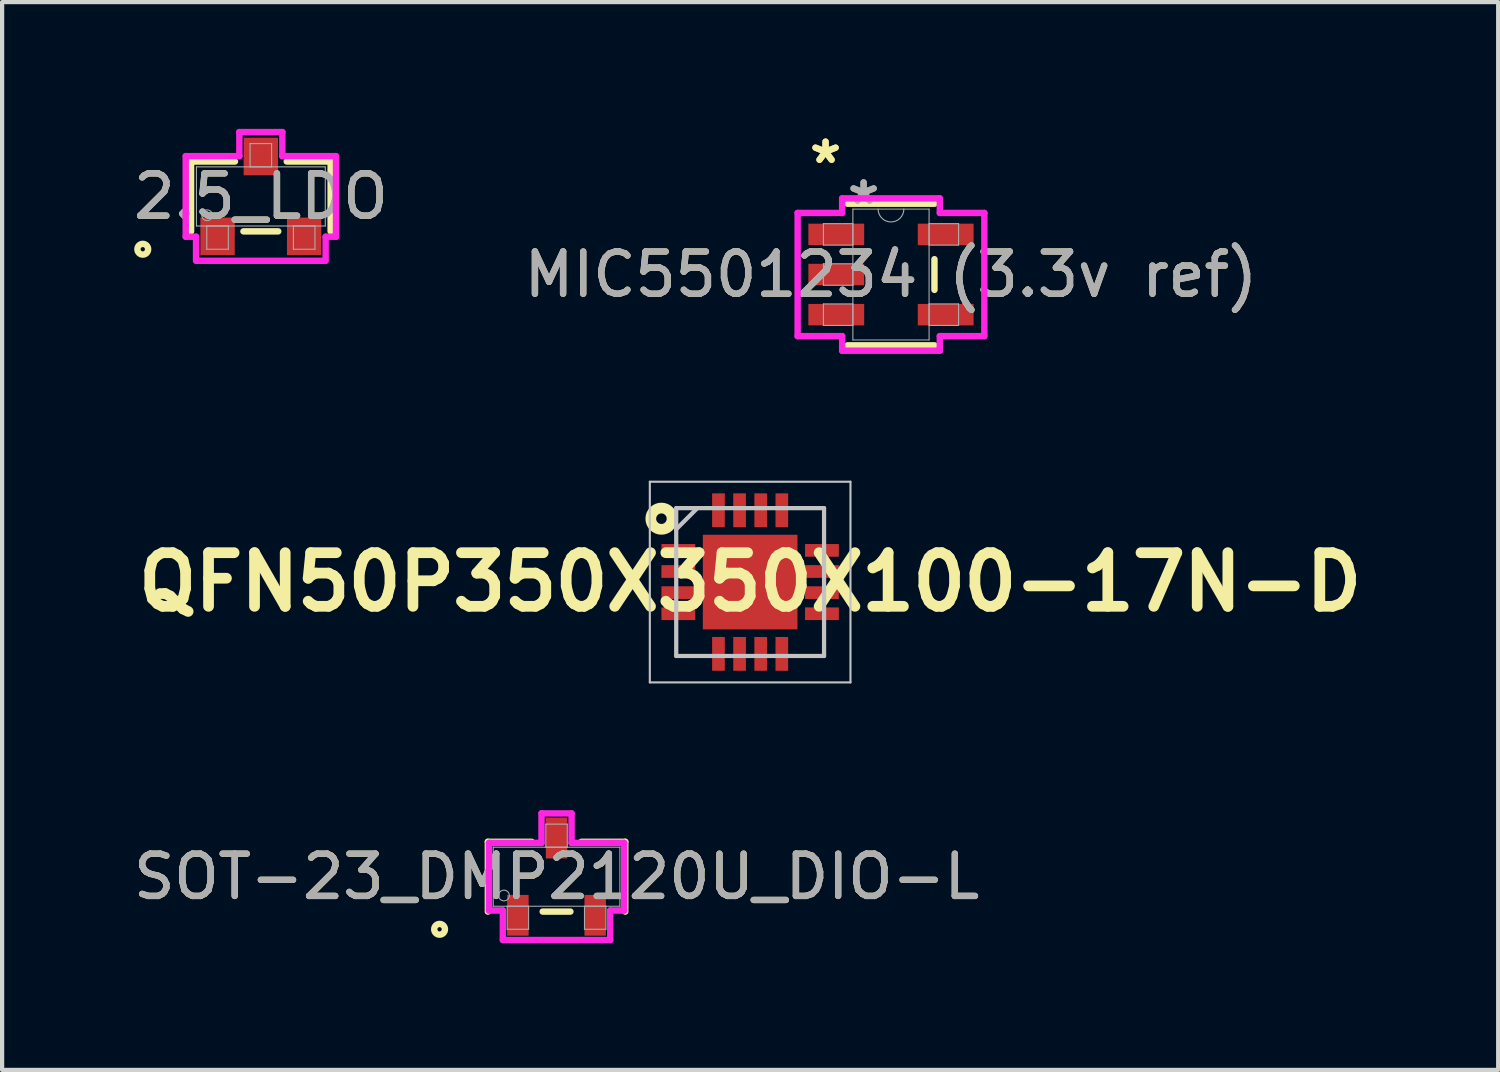
<source format=kicad_pcb>
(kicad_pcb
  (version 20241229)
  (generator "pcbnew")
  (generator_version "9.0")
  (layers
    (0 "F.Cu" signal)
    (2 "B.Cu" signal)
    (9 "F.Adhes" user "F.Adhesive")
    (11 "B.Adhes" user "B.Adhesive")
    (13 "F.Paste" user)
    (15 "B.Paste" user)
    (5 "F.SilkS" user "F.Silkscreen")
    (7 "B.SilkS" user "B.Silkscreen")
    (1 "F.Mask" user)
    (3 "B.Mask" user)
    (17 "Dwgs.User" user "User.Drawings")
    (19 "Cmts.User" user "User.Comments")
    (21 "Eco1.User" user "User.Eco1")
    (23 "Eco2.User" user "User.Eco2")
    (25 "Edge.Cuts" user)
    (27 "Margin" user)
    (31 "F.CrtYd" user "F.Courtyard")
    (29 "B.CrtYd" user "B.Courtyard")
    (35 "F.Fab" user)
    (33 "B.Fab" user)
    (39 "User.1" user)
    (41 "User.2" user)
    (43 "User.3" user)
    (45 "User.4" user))
  (footprint "QFN50P350X350X100-17N-D"
    (layer "F.Cu")
    (at 14.708 10.729)
    (property "Reference" "QFN50P350X350X100-17N-D" (at 0 0 0) (layer "F.SilkS") (effects (font (size 1.27 1.27) (thickness 0.254))))
    (attr smd)
    (fp_circle (center -2.1 -1.5) (end -1.975 -1.5) (stroke (width 0.254) (type solid)) (fill no) (layer "F.SilkS"))
    (fp_line (start -2.375 -2.375) (end 2.375 -2.375) (stroke (width 0.05) (type solid)) (layer "Dwgs.User"))
    (fp_line (start -2.375 2.375) (end -2.375 -2.375) (stroke (width 0.05) (type solid)) (layer "Dwgs.User"))
    (fp_line (start -1.75 -1.75) (end 1.75 -1.75) (stroke (width 0.1) (type solid)) (layer "Dwgs.User"))
    (fp_line (start -1.75 -1.25) (end -1.25 -1.75) (stroke (width 0.1) (type solid)) (layer "Dwgs.User"))
    (fp_line (start -1.75 1.75) (end -1.75 -1.75) (stroke (width 0.1) (type solid)) (layer "Dwgs.User"))
    (fp_line (start 1.75 -1.75) (end 1.75 1.75) (stroke (width 0.1) (type solid)) (layer "Dwgs.User"))
    (fp_line (start 1.75 1.75) (end -1.75 1.75) (stroke (width 0.1) (type solid)) (layer "Dwgs.User"))
    (fp_line (start 2.375 -2.375) (end 2.375 2.375) (stroke (width 0.05) (type solid)) (layer "Dwgs.User"))
    (fp_line (start 2.375 2.375) (end -2.375 2.375) (stroke (width 0.05) (type solid)) (layer "Dwgs.User"))
    (pad "1" smd rect (at -1.7 -0.75 90) (size 0.3 0.8) (layers "F.Cu" "F.Mask" "F.Paste"))
    (pad "2" smd rect (at -1.7 -0.25 90) (size 0.3 0.8) (layers "F.Cu" "F.Mask" "F.Paste"))
    (pad "3" smd rect (at -1.7 0.25 90) (size 0.3 0.8) (layers "F.Cu" "F.Mask" "F.Paste"))
    (pad "4" smd rect (at -1.7 0.75 90) (size 0.3 0.8) (layers "F.Cu" "F.Mask" "F.Paste"))
    (pad "5" smd rect (at -0.75 1.7) (size 0.3 0.8) (layers "F.Cu" "F.Mask" "F.Paste"))
    (pad "6" smd rect (at -0.25 1.7) (size 0.3 0.8) (layers "F.Cu" "F.Mask" "F.Paste"))
    (pad "7" smd rect (at 0.25 1.7) (size 0.3 0.8) (layers "F.Cu" "F.Mask" "F.Paste"))
    (pad "8" smd rect (at 0.75 1.7) (size 0.3 0.8) (layers "F.Cu" "F.Mask" "F.Paste"))
    (pad "9" smd rect (at 1.7 0.75 90) (size 0.3 0.8) (layers "F.Cu" "F.Mask" "F.Paste"))
    (pad "10" smd rect (at 1.7 0.25 90) (size 0.3 0.8) (layers "F.Cu" "F.Mask" "F.Paste"))
    (pad "11" smd rect (at 1.7 -0.25 90) (size 0.3 0.8) (layers "F.Cu" "F.Mask" "F.Paste"))
    (pad "12" smd rect (at 1.7 -0.75 90) (size 0.3 0.8) (layers "F.Cu" "F.Mask" "F.Paste"))
    (pad "13" smd rect (at 0.75 -1.7) (size 0.3 0.8) (layers "F.Cu" "F.Mask" "F.Paste"))
    (pad "14" smd rect (at 0.25 -1.7) (size 0.3 0.8) (layers "F.Cu" "F.Mask" "F.Paste"))
    (pad "15" smd rect (at -0.25 -1.7) (size 0.3 0.8) (layers "F.Cu" "F.Mask" "F.Paste"))
    (pad "16" smd rect (at -0.75 -1.7) (size 0.3 0.8) (layers "F.Cu" "F.Mask" "F.Paste"))
    (pad "17" smd rect (at 0 0) (size 2.24 2.24) (layers "F.Cu" "F.Mask" "F.Paste")))
  (footprint "MIC5501234 (3.3v ref)"
    (layer "F.Cu")
    (at 18.042 3.449)
    (property "Reference" "MIC5501234 (3.3v ref)" (at 0 0 0) (unlocked yes) (layer "F.SilkS") (effects (font (size 1 1) (thickness 0.15))))
    (attr smd)
    (fp_line (start -1.029 1.676) (end 1.029 1.676) (stroke (width 0.152) (type solid)) (layer "F.SilkS"))
    (fp_line (start 1.029 -1.676) (end -1.029 -1.676) (stroke (width 0.152) (type solid)) (layer "F.SilkS"))
    (fp_line (start 1.029 0.363) (end 1.029 -0.363) (stroke (width 0.152) (type solid)) (layer "F.SilkS"))
    (fp_line (start -2.21 -1.458) (end -1.156 -1.458) (stroke (width 0.152) (type solid)) (layer "F.CrtYd"))
    (fp_line (start -2.21 1.458) (end -2.21 -1.458) (stroke (width 0.152) (type solid)) (layer "F.CrtYd"))
    (fp_line (start -1.156 -1.803) (end 1.156 -1.803) (stroke (width 0.152) (type solid)) (layer "F.CrtYd"))
    (fp_line (start -1.156 -1.458) (end -1.156 -1.803) (stroke (width 0.152) (type solid)) (layer "F.CrtYd"))
    (fp_line (start -1.156 1.458) (end -2.21 1.458) (stroke (width 0.152) (type solid)) (layer "F.CrtYd"))
    (fp_line (start -1.156 1.803) (end -1.156 1.458) (stroke (width 0.152) (type solid)) (layer "F.CrtYd"))
    (fp_line (start 1.156 -1.803) (end 1.156 -1.458) (stroke (width 0.152) (type solid)) (layer "F.CrtYd"))
    (fp_line (start 1.156 -1.458) (end 2.21 -1.458) (stroke (width 0.152) (type solid)) (layer "F.CrtYd"))
    (fp_line (start 1.156 1.458) (end 1.156 1.803) (stroke (width 0.152) (type solid)) (layer "F.CrtYd"))
    (fp_line (start 1.156 1.803) (end -1.156 1.803) (stroke (width 0.152) (type solid)) (layer "F.CrtYd"))
    (fp_line (start 2.21 -1.458) (end 2.21 1.458) (stroke (width 0.152) (type solid)) (layer "F.CrtYd"))
    (fp_line (start 2.21 1.458) (end 1.156 1.458) (stroke (width 0.152) (type solid)) (layer "F.CrtYd"))
    (fp_line (start -1.6 -1.204) (end -1.6 -0.696) (stroke (width 0.025) (type solid)) (layer "F.Fab"))
    (fp_line (start -1.6 -0.696) (end -0.902 -0.696) (stroke (width 0.025) (type solid)) (layer "F.Fab"))
    (fp_line (start -1.6 -0.254) (end -1.6 0.254) (stroke (width 0.025) (type solid)) (layer "F.Fab"))
    (fp_line (start -1.6 0.254) (end -0.902 0.254) (stroke (width 0.025) (type solid)) (layer "F.Fab"))
    (fp_line (start -1.6 0.696) (end -1.6 1.204) (stroke (width 0.025) (type solid)) (layer "F.Fab"))
    (fp_line (start -1.6 1.204) (end -0.902 1.204) (stroke (width 0.025) (type solid)) (layer "F.Fab"))
    (fp_line (start -0.902 -1.549) (end -0.902 1.549) (stroke (width 0.025) (type solid)) (layer "F.Fab"))
    (fp_line (start -0.902 -1.204) (end -1.6 -1.204) (stroke (width 0.025) (type solid)) (layer "F.Fab"))
    (fp_line (start -0.902 -0.696) (end -0.902 -1.204) (stroke (width 0.025) (type solid)) (layer "F.Fab"))
    (fp_line (start -0.902 -0.254) (end -1.6 -0.254) (stroke (width 0.025) (type solid)) (layer "F.Fab"))
    (fp_line (start -0.902 0.254) (end -0.902 -0.254) (stroke (width 0.025) (type solid)) (layer "F.Fab"))
    (fp_line (start -0.902 0.696) (end -1.6 0.696) (stroke (width 0.025) (type solid)) (layer "F.Fab"))
    (fp_line (start -0.902 1.204) (end -0.902 0.696) (stroke (width 0.025) (type solid)) (layer "F.Fab"))
    (fp_line (start -0.902 1.549) (end 0.902 1.549) (stroke (width 0.025) (type solid)) (layer "F.Fab"))
    (fp_line (start 0.902 -1.549) (end -0.902 -1.549) (stroke (width 0.025) (type solid)) (layer "F.Fab"))
    (fp_line (start 0.902 -1.204) (end 0.902 -0.696) (stroke (width 0.025) (type solid)) (layer "F.Fab"))
    (fp_line (start 0.902 -0.696) (end 1.6 -0.696) (stroke (width 0.025) (type solid)) (layer "F.Fab"))
    (fp_line (start 0.902 0.696) (end 0.902 1.204) (stroke (width 0.025) (type solid)) (layer "F.Fab"))
    (fp_line (start 0.902 1.204) (end 1.6 1.204) (stroke (width 0.025) (type solid)) (layer "F.Fab"))
    (fp_line (start 0.902 1.549) (end 0.902 -1.549) (stroke (width 0.025) (type solid)) (layer "F.Fab"))
    (fp_line (start 1.6 -1.204) (end 0.902 -1.204) (stroke (width 0.025) (type solid)) (layer "F.Fab"))
    (fp_line (start 1.6 -0.696) (end 1.6 -1.204) (stroke (width 0.025) (type solid)) (layer "F.Fab"))
    (fp_line (start 1.6 0.696) (end 0.902 0.696) (stroke (width 0.025) (type solid)) (layer "F.Fab"))
    (fp_line (start 1.6 1.204) (end 1.6 0.696) (stroke (width 0.025) (type solid)) (layer "F.Fab"))
    (fp_arc (start 0.3048 -1.5494) (mid 0 -1.2446) (end -0.3048 -1.5494) (stroke (width 0.0254) (type solid)) (layer "F.Fab"))
    (fp_text user "*" (at -1.549 -2.601 0) (layer "F.SilkS") (effects (font (size 1 1) (thickness 0.15))))
    (fp_text user "*" (at -1.549 -2.601 0) (unlocked yes) (layer "F.SilkS") (effects (font (size 1 1) (thickness 0.15))))
    (fp_text user "*" (at -0.648 -1.636 0) (unlocked yes) (layer "F.Fab") (effects (font (size 1 1) (thickness 0.15))))
    (fp_text user "*" (at -0.648 -1.636 0) (layer "F.Fab") (effects (font (size 1 1) (thickness 0.15))))
    (fp_text user "${REFERENCE}" (at 0 0 0) (unlocked yes) (layer "F.Fab") (effects (font (size 1 1) (thickness 0.15))))
    (pad "1" smd rect (at -1.295 -0.95) (size 1.321 0.508) (layers "F.Cu" "F.Mask" "F.Paste"))
    (pad "2" smd rect (at -1.295 0) (size 1.321 0.508) (layers "F.Cu" "F.Mask" "F.Paste"))
    (pad "3" smd rect (at -1.295 0.95) (size 1.321 0.508) (layers "F.Cu" "F.Mask" "F.Paste"))
    (pad "4" smd rect (at 1.295 0.95) (size 1.321 0.508) (layers "F.Cu" "F.Mask" "F.Paste"))
    (pad "5" smd rect (at 1.295 -0.95) (size 1.321 0.508) (layers "F.Cu" "F.Mask" "F.Paste")))
  (footprint "2.5_LDO"
    (layer "F.Cu")
    (at 3.125 1.6)
    (property "Reference" "2.5_LDO" (at 0 0 0) (unlocked yes) (layer "F.SilkS") (effects (font (size 1 1) (thickness 0.15))))
    (attr smd)
    (fp_line (start -1.652 -0.827) (end -1.652 0.827) (stroke (width 0.152) (type solid)) (layer "F.SilkS"))
    (fp_line (start -0.613 -0.827) (end -1.652 -0.827) (stroke (width 0.152) (type solid)) (layer "F.SilkS"))
    (fp_line (start -0.412 0.827) (end 0.412 0.827) (stroke (width 0.152) (type solid)) (layer "F.SilkS"))
    (fp_line (start 1.652 -0.827) (end 0.613 -0.827) (stroke (width 0.152) (type solid)) (layer "F.SilkS"))
    (fp_line (start 1.652 0.827) (end 1.652 -0.827) (stroke (width 0.152) (type solid)) (layer "F.SilkS"))
    (fp_circle (center -2.795 1.25) (end -2.668 1.25) (stroke (width 0.152) (type solid)) (fill no) (layer "F.SilkS"))
    (fp_line (start -1.779 -0.954) (end -0.509 -0.954) (stroke (width 0.152) (type solid)) (layer "F.CrtYd"))
    (fp_line (start -1.779 0.954) (end -1.779 -0.954) (stroke (width 0.152) (type solid)) (layer "F.CrtYd"))
    (fp_line (start -1.779 0.954) (end -1.534 0.954) (stroke (width 0.152) (type solid)) (layer "F.CrtYd"))
    (fp_line (start -1.534 0.954) (end -1.534 1.524) (stroke (width 0.152) (type solid)) (layer "F.CrtYd"))
    (fp_line (start -1.524 1.524) (end 1.524 1.524) (stroke (width 0.152) (type solid)) (layer "F.CrtYd"))
    (fp_line (start -0.509 -1.524) (end 0.509 -1.524) (stroke (width 0.152) (type solid)) (layer "F.CrtYd"))
    (fp_line (start -0.509 -0.954) (end -0.508 -1.524) (stroke (width 0.152) (type solid)) (layer "F.CrtYd"))
    (fp_line (start 0.509 -0.954) (end 0.509 -1.524) (stroke (width 0.152) (type solid)) (layer "F.CrtYd"))
    (fp_line (start 1.534 0.954) (end 1.534 1.524) (stroke (width 0.152) (type solid)) (layer "F.CrtYd"))
    (fp_line (start 1.779 -0.954) (end 0.509 -0.954) (stroke (width 0.152) (type solid)) (layer "F.CrtYd"))
    (fp_line (start 1.779 -0.954) (end 1.779 0.954) (stroke (width 0.152) (type solid)) (layer "F.CrtYd"))
    (fp_line (start 1.779 0.954) (end 1.534 0.954) (stroke (width 0.152) (type solid)) (layer "F.CrtYd"))
    (fp_line (start -1.525 -0.7) (end -1.525 0.7) (stroke (width 0.025) (type solid)) (layer "F.Fab"))
    (fp_line (start -1.525 0.7) (end 1.525 0.7) (stroke (width 0.025) (type solid)) (layer "F.Fab"))
    (fp_line (start -1.28 0.7) (end -1.28 1.25) (stroke (width 0.025) (type solid)) (layer "F.Fab"))
    (fp_line (start -1.28 1.25) (end -0.77 1.25) (stroke (width 0.025) (type solid)) (layer "F.Fab"))
    (fp_line (start -0.77 0.7) (end -1.28 0.7) (stroke (width 0.025) (type solid)) (layer "F.Fab"))
    (fp_line (start -0.77 1.25) (end -0.77 0.7) (stroke (width 0.025) (type solid)) (layer "F.Fab"))
    (fp_line (start -0.255 -1.25) (end -0.255 -0.7) (stroke (width 0.025) (type solid)) (layer "F.Fab"))
    (fp_line (start -0.255 -0.7) (end 0.255 -0.7) (stroke (width 0.025) (type solid)) (layer "F.Fab"))
    (fp_line (start 0.255 -1.25) (end -0.255 -1.25) (stroke (width 0.025) (type solid)) (layer "F.Fab"))
    (fp_line (start 0.255 -0.7) (end 0.255 -1.25) (stroke (width 0.025) (type solid)) (layer "F.Fab"))
    (fp_line (start 0.77 0.7) (end 0.77 1.25) (stroke (width 0.025) (type solid)) (layer "F.Fab"))
    (fp_line (start 0.77 1.25) (end 1.28 1.25) (stroke (width 0.025) (type solid)) (layer "F.Fab"))
    (fp_line (start 1.28 0.7) (end 0.77 0.7) (stroke (width 0.025) (type solid)) (layer "F.Fab"))
    (fp_line (start 1.28 1.25) (end 1.28 0.7) (stroke (width 0.025) (type solid)) (layer "F.Fab"))
    (fp_line (start 1.525 -0.7) (end -1.525 -0.7) (stroke (width 0.025) (type solid)) (layer "F.Fab"))
    (fp_line (start 1.525 0.7) (end 1.525 -0.7) (stroke (width 0.025) (type solid)) (layer "F.Fab"))
    (fp_circle (center -1.271 0.446) (end -1.144 0.446) (stroke (width 0.025) (type solid)) (fill no) (layer "F.Fab"))
    (fp_text user "${REFERENCE}" (at 0 0 0) (unlocked yes) (layer "F.Fab") (effects (font (size 1 1) (thickness 0.15))))
    (pad "1" smd rect (at -1.025 0.945) (size 0.813 0.889) (layers "F.Cu" "F.Mask" "F.Paste"))
    (pad "2" smd rect (at 1.025 0.945) (size 0.813 0.889) (layers "F.Cu" "F.Mask" "F.Paste"))
    (pad "3" smd rect (at 0 -0.945) (size 0.813 0.889) (layers "F.Cu" "F.Mask" "F.Paste")))
  (footprint "SOT-23_DMP2120U_DIO-L"
    (layer "F.Cu")
    (at 10.125 17.704)
    (property "Reference" "SOT-23_DMP2120U_DIO-L" (at 0 0 0) (unlocked yes) (layer "F.SilkS") (effects (font (size 1 1) (thickness 0.15))))
    (attr smd)
    (fp_line (start -1.626 -0.826) (end -1.626 0.826) (stroke (width 0.152) (type solid)) (layer "F.SilkS"))
    (fp_line (start -0.587 -0.826) (end -1.626 -0.826) (stroke (width 0.152) (type solid)) (layer "F.SilkS"))
    (fp_line (start -0.328 0.826) (end 0.328 0.826) (stroke (width 0.152) (type solid)) (layer "F.SilkS"))
    (fp_line (start 1.626 -0.826) (end 0.587 -0.826) (stroke (width 0.152) (type solid)) (layer "F.SilkS"))
    (fp_line (start 1.626 0.826) (end 1.626 -0.826) (stroke (width 0.152) (type solid)) (layer "F.SilkS"))
    (fp_circle (center -2.769 1.245) (end -2.642 1.245) (stroke (width 0.152) (type solid)) (fill no) (layer "F.SilkS"))
    (fp_line (start -1.6 -0.8) (end -0.356 -0.8) (stroke (width 0.152) (type solid)) (layer "F.CrtYd"))
    (fp_line (start -1.6 0.8) (end -1.6 -0.8) (stroke (width 0.152) (type solid)) (layer "F.CrtYd"))
    (fp_line (start -1.6 0.8) (end -1.271 0.8) (stroke (width 0.152) (type solid)) (layer "F.CrtYd"))
    (fp_line (start -1.271 0.8) (end -1.271 1.499) (stroke (width 0.152) (type solid)) (layer "F.CrtYd"))
    (fp_line (start -1.271 1.499) (end 1.271 1.499) (stroke (width 0.152) (type solid)) (layer "F.CrtYd"))
    (fp_line (start -0.356 -1.499) (end 0.356 -1.499) (stroke (width 0.152) (type solid)) (layer "F.CrtYd"))
    (fp_line (start -0.356 -0.8) (end -0.356 -1.499) (stroke (width 0.152) (type solid)) (layer "F.CrtYd"))
    (fp_line (start 0.356 -0.8) (end 0.356 -1.499) (stroke (width 0.152) (type solid)) (layer "F.CrtYd"))
    (fp_line (start 1.271 0.8) (end 1.271 1.499) (stroke (width 0.152) (type solid)) (layer "F.CrtYd"))
    (fp_line (start 1.6 -0.8) (end 0.356 -0.8) (stroke (width 0.152) (type solid)) (layer "F.CrtYd"))
    (fp_line (start 1.6 -0.8) (end 1.6 0.8) (stroke (width 0.152) (type solid)) (layer "F.CrtYd"))
    (fp_line (start 1.6 0.8) (end 1.271 0.8) (stroke (width 0.152) (type solid)) (layer "F.CrtYd"))
    (fp_line (start -1.499 -0.699) (end -1.499 0.699) (stroke (width 0.025) (type solid)) (layer "F.Fab"))
    (fp_line (start -1.499 0.699) (end 1.499 0.699) (stroke (width 0.025) (type solid)) (layer "F.Fab"))
    (fp_line (start -1.169 0.699) (end -1.169 1.245) (stroke (width 0.025) (type solid)) (layer "F.Fab"))
    (fp_line (start -1.169 1.245) (end -0.661 1.245) (stroke (width 0.025) (type solid)) (layer "F.Fab"))
    (fp_line (start -0.661 0.699) (end -1.169 0.699) (stroke (width 0.025) (type solid)) (layer "F.Fab"))
    (fp_line (start -0.661 1.245) (end -0.661 0.699) (stroke (width 0.025) (type solid)) (layer "F.Fab"))
    (fp_line (start -0.254 -1.245) (end -0.254 -0.699) (stroke (width 0.025) (type solid)) (layer "F.Fab"))
    (fp_line (start -0.254 -0.699) (end 0.254 -0.699) (stroke (width 0.025) (type solid)) (layer "F.Fab"))
    (fp_line (start 0.254 -1.245) (end -0.254 -1.245) (stroke (width 0.025) (type solid)) (layer "F.Fab"))
    (fp_line (start 0.254 -0.699) (end 0.254 -1.245) (stroke (width 0.025) (type solid)) (layer "F.Fab"))
    (fp_line (start 0.661 0.699) (end 0.661 1.245) (stroke (width 0.025) (type solid)) (layer "F.Fab"))
    (fp_line (start 0.661 1.245) (end 1.169 1.245) (stroke (width 0.025) (type solid)) (layer "F.Fab"))
    (fp_line (start 1.169 0.699) (end 0.661 0.699) (stroke (width 0.025) (type solid)) (layer "F.Fab"))
    (fp_line (start 1.169 1.245) (end 1.169 0.699) (stroke (width 0.025) (type solid)) (layer "F.Fab"))
    (fp_line (start 1.499 -0.699) (end -1.499 -0.699) (stroke (width 0.025) (type solid)) (layer "F.Fab"))
    (fp_line (start 1.499 0.699) (end 1.499 -0.699) (stroke (width 0.025) (type solid)) (layer "F.Fab"))
    (fp_circle (center -1.245 0.445) (end -1.118 0.445) (stroke (width 0.025) (type solid)) (fill no) (layer "F.Fab"))
    (fp_text user "${REFERENCE}" (at 0 0 0) (unlocked yes) (layer "F.Fab") (effects (font (size 1 1) (thickness 0.15))))
    (pad "1" smd rect (at -0.915 0.914) (size 0.508 0.965) (layers "F.Cu" "F.Mask" "F.Paste"))
    (pad "2" smd rect (at 0.915 0.914) (size 0.508 0.965) (layers "F.Cu" "F.Mask" "F.Paste"))
    (pad "3" smd rect (at 0 -0.914) (size 0.508 0.965) (layers "F.Cu" "F.Mask" "F.Paste")))
  (gr_rect
    (start -3 -3)
    (end 32.416 22.278)
    (stroke (width 0.1) (type default))
    (fill no)
    (layer "Edge.Cuts")))
</source>
